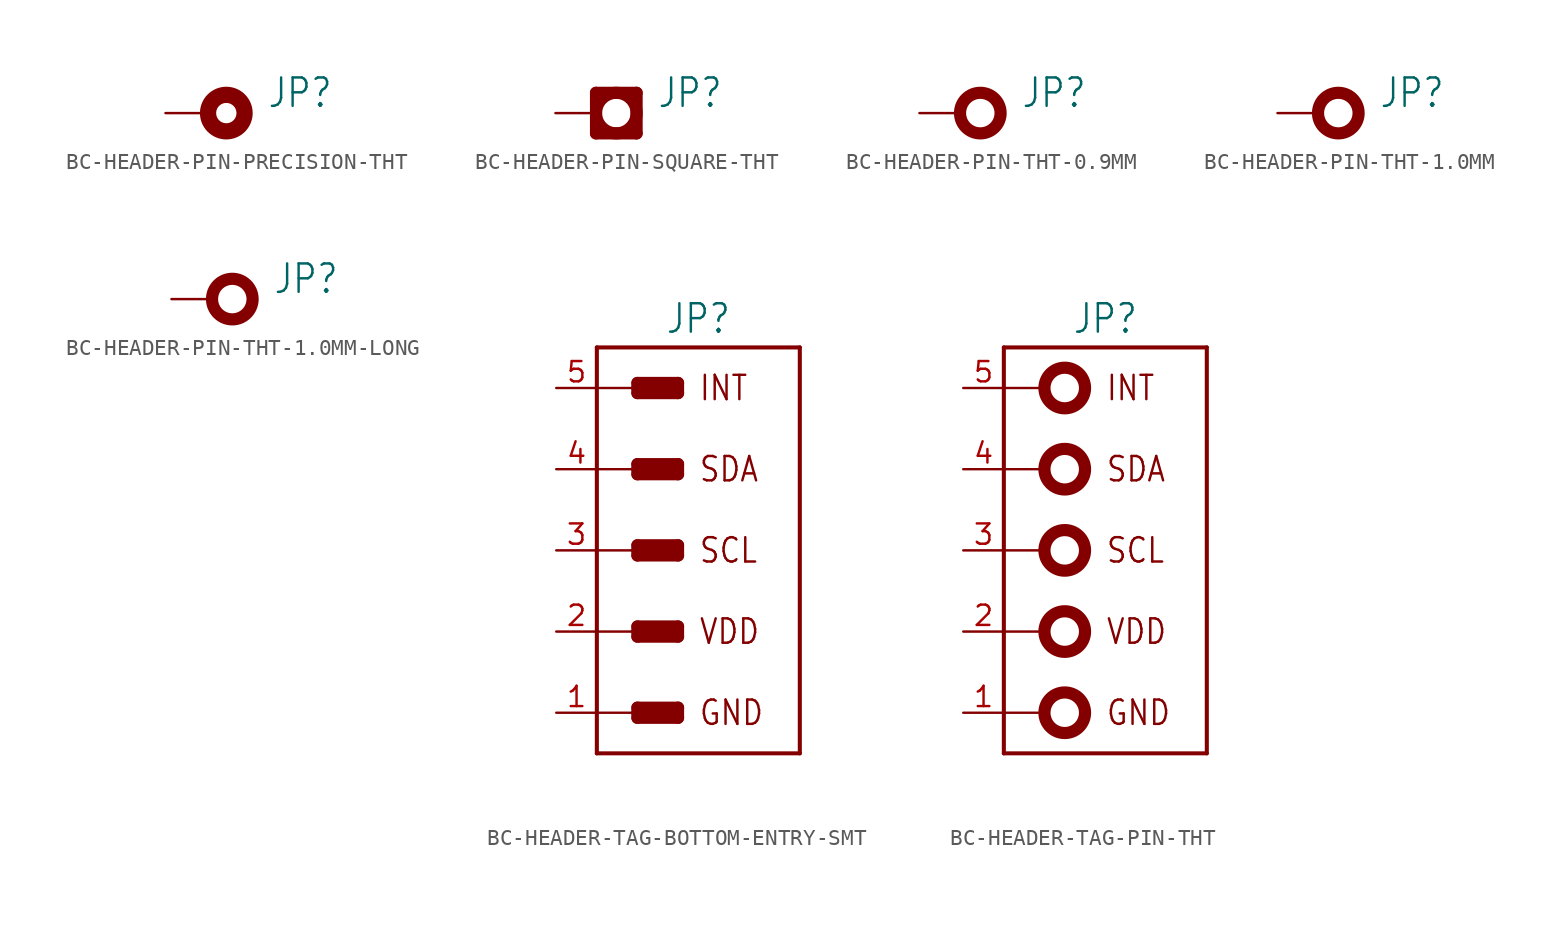
<source format=kicad_sym>
(kicad_symbol_lib
  (version 20231120)
  (generator "kicad_symbol_editor")
  (generator_version "8.0")
  (symbol "BC-HEADER-PIN-PRECISION-THT"
    (property "Reference" "JP"
      (at 6.35 1.27 0)
      (effects (font (size 1.778 1.511)) (justify left)))
    (property "Value" ""
      (at 6.35 -1.27 0)
      (effects (font (size 1.778 1.511)) (justify left)))
    (property "ki_locked" ""
      (at 0 0 0)
      (effects (font (size 1.27 1.27))))
    (symbol "BC-HEADER-PIN-PRECISION-THT_1_0"
      (circle (center 3.81 0) (radius 1.143) (stroke (width 1.016) (type solid)) (fill (type none)))
      (pin passive line (at 0 0 0) (length 2.54) (name "0" (effects (font (size 0 0)))) (number "0" (effects (font (size 0 0)))))))
  (symbol "BC-HEADER-PIN-SQUARE-THT"
    (property "Reference" "JP"
      (at 6.35 1.27 0)
      (effects (font (size 1.778 1.511)) (justify left)))
    (property "Value" ""
      (at 6.35 -1.27 0)
      (effects (font (size 1.778 1.511)) (justify left)))
    (property "ki_locked" ""
      (at 0 0 0)
      (effects (font (size 1.27 1.27))))
    (symbol "BC-HEADER-PIN-SQUARE-THT_1_0"
      (polyline (pts (xy 2.54 -1.27) (xy 2.54 1.27)) (stroke (width 0.762) (type solid)) (fill (type none)))
      (polyline (pts (xy 2.54 1.27) (xy 5.08 1.27)) (stroke (width 0.762) (type solid)) (fill (type none)))
      (polyline (pts (xy 5.08 -1.27) (xy 2.54 -1.27)) (stroke (width 0.762) (type solid)) (fill (type none)))
      (polyline (pts (xy 5.08 1.27) (xy 5.08 -1.27)) (stroke (width 0.762) (type solid)) (fill (type none)))
      (circle (center 3.81 0) (radius 1.27) (stroke (width 0.762) (type solid)) (fill (type none)))
      (pin passive line (at 0 0 0) (length 2.54) (name "0" (effects (font (size 0 0)))) (number "0" (effects (font (size 0 0)))))))
  (symbol "BC-HEADER-PIN-THT-0.9MM"
    (property "Reference" "JP"
      (at 6.35 1.27 0)
      (effects (font (size 1.778 1.511)) (justify left)))
    (property "Value" ""
      (at 6.35 -1.27 0)
      (effects (font (size 1.778 1.511)) (justify left)))
    (property "ki_locked" ""
      (at 0 0 0)
      (effects (font (size 1.27 1.27))))
    (symbol "BC-HEADER-PIN-THT-0.9MM_1_0"
      (circle (center 3.81 0) (radius 1.27) (stroke (width 0.762) (type solid)) (fill (type none)))
      (pin passive line (at 0 0 0) (length 2.54) (name "0" (effects (font (size 0 0)))) (number "0" (effects (font (size 0 0)))))))
  (symbol "BC-HEADER-PIN-THT-1.0MM"
    (property "Reference" "JP"
      (at 6.35 1.27 0)
      (effects (font (size 1.778 1.511)) (justify left)))
    (property "Value" ""
      (at 6.35 -1.27 0)
      (effects (font (size 1.778 1.511)) (justify left)))
    (property "ki_locked" ""
      (at 0 0 0)
      (effects (font (size 1.27 1.27))))
    (symbol "BC-HEADER-PIN-THT-1.0MM_1_0"
      (circle (center 3.81 0) (radius 1.27) (stroke (width 0.762) (type solid)) (fill (type none)))
      (pin passive line (at 0 0 0) (length 2.54) (name "0" (effects (font (size 0 0)))) (number "0" (effects (font (size 0 0)))))))
  (symbol "BC-HEADER-PIN-THT-1.0MM-LONG"
    (property "Reference" "JP"
      (at 6.35 1.27 0)
      (effects (font (size 1.778 1.511)) (justify left)))
    (property "Value" ""
      (at 6.35 -1.27 0)
      (effects (font (size 1.778 1.511)) (justify left)))
    (property "ki_locked" ""
      (at 0 0 0)
      (effects (font (size 1.27 1.27))))
    (symbol "BC-HEADER-PIN-THT-1.0MM-LONG_1_0"
      (circle (center 3.81 0) (radius 1.27) (stroke (width 0.762) (type solid)) (fill (type none)))
      (pin passive line (at 0 0 0) (length 2.54) (name "0" (effects (font (size 0 0)))) (number "0" (effects (font (size 0 0)))))))
  (symbol "BC-HEADER-TAG-BOTTOM-ENTRY-SMT"
    (property "Reference" "JP"
      (at -1.27 13.462 0)
      (effects (font (size 1.778 1.511)) (justify bottom)))
    (property "Value" ""
      (at -1.27 -13.462 0)
      (effects (font (size 1.778 1.511)) (justify top)))
    (property "ki_locked" ""
      (at 0 0 0)
      (effects (font (size 1.27 1.27))))
    (symbol "BC-HEADER-TAG-BOTTOM-ENTRY-SMT_1_0"
      (polyline (pts (xy -7.62 -12.7) (xy 5.08 -12.7)) (stroke (width 0.254) (type solid)) (fill (type none)))
      (polyline (pts (xy -7.62 -10.16) (xy -5.08 -10.16)) (stroke (width 0.152) (type solid)) (fill (type none)))
      (polyline (pts (xy -7.62 -5.08) (xy -5.08 -5.08)) (stroke (width 0.152) (type solid)) (fill (type none)))
      (polyline (pts (xy -7.62 0) (xy -5.08 0)) (stroke (width 0.152) (type solid)) (fill (type none)))
      (polyline (pts (xy -7.62 5.08) (xy -5.08 5.08)) (stroke (width 0.152) (type solid)) (fill (type none)))
      (polyline (pts (xy -7.62 10.16) (xy -5.08 10.16)) (stroke (width 0.152) (type solid)) (fill (type none)))
      (polyline (pts (xy -7.62 12.7) (xy -7.62 -12.7)) (stroke (width 0.254) (type solid)) (fill (type none)))
      (polyline (pts (xy -5.08 -10.477) (xy -2.54 -10.477)) (stroke (width 0.762) (type solid)) (fill (type none)))
      (polyline (pts (xy -5.08 -10.16) (xy -5.08 -10.477)) (stroke (width 0.762) (type solid)) (fill (type none)))
      (polyline (pts (xy -5.08 -9.842) (xy -5.08 -10.16)) (stroke (width 0.762) (type solid)) (fill (type none)))
      (polyline (pts (xy -5.08 -9.842) (xy -2.54 -9.842)) (stroke (width 0.762) (type solid)) (fill (type none)))
      (polyline (pts (xy -5.08 -5.397) (xy -2.54 -5.397)) (stroke (width 0.762) (type solid)) (fill (type none)))
      (polyline (pts (xy -5.08 -5.08) (xy -5.08 -5.397)) (stroke (width 0.762) (type solid)) (fill (type none)))
      (polyline (pts (xy -5.08 -4.763) (xy -5.08 -5.08)) (stroke (width 0.762) (type solid)) (fill (type none)))
      (polyline (pts (xy -5.08 -4.763) (xy -2.54 -4.763)) (stroke (width 0.762) (type solid)) (fill (type none)))
      (polyline (pts (xy -5.08 -0.318) (xy -2.54 -0.318)) (stroke (width 0.762) (type solid)) (fill (type none)))
      (polyline (pts (xy -5.08 0) (xy -5.08 -0.318)) (stroke (width 0.762) (type solid)) (fill (type none)))
      (polyline (pts (xy -5.08 0.318) (xy -5.08 0)) (stroke (width 0.762) (type solid)) (fill (type none)))
      (polyline (pts (xy -5.08 0.318) (xy -2.54 0.318)) (stroke (width 0.762) (type solid)) (fill (type none)))
      (polyline (pts (xy -5.08 4.763) (xy -2.54 4.763)) (stroke (width 0.762) (type solid)) (fill (type none)))
      (polyline (pts (xy -5.08 5.08) (xy -5.08 4.763)) (stroke (width 0.762) (type solid)) (fill (type none)))
      (polyline (pts (xy -5.08 5.397) (xy -5.08 5.08)) (stroke (width 0.762) (type solid)) (fill (type none)))
      (polyline (pts (xy -5.08 5.397) (xy -2.54 5.397)) (stroke (width 0.762) (type solid)) (fill (type none)))
      (polyline (pts (xy -5.08 9.842) (xy -2.54 9.842)) (stroke (width 0.762) (type solid)) (fill (type none)))
      (polyline (pts (xy -5.08 10.16) (xy -5.08 9.842)) (stroke (width 0.762) (type solid)) (fill (type none)))
      (polyline (pts (xy -5.08 10.477) (xy -5.08 10.16)) (stroke (width 0.762) (type solid)) (fill (type none)))
      (polyline (pts (xy -5.08 10.477) (xy -2.54 10.477)) (stroke (width 0.762) (type solid)) (fill (type none)))
      (polyline (pts (xy -2.54 -10.477) (xy -2.54 -9.842)) (stroke (width 0.762) (type solid)) (fill (type none)))
      (polyline (pts (xy -2.54 -5.397) (xy -2.54 -4.763)) (stroke (width 0.762) (type solid)) (fill (type none)))
      (polyline (pts (xy -2.54 -0.318) (xy -2.54 0.318)) (stroke (width 0.762) (type solid)) (fill (type none)))
      (polyline (pts (xy -2.54 4.763) (xy -2.54 5.397)) (stroke (width 0.762) (type solid)) (fill (type none)))
      (polyline (pts (xy -2.54 9.842) (xy -2.54 10.477)) (stroke (width 0.762) (type solid)) (fill (type none)))
      (polyline (pts (xy 5.08 -12.7) (xy 5.08 12.7)) (stroke (width 0.254) (type solid)) (fill (type none)))
      (polyline (pts (xy 5.08 12.7) (xy -7.62 12.7)) (stroke (width 0.254) (type solid)) (fill (type none)))
      (text "GND" (at -1.27 -10.16 0) (effects (font (size 1.524 1.295)) (justify left)))
      (text "INT" (at -1.27 10.16 0) (effects (font (size 1.524 1.295)) (justify left)))
      (text "SCL" (at -1.27 0 0) (effects (font (size 1.524 1.295)) (justify left)))
      (text "SDA" (at -1.27 5.08 0) (effects (font (size 1.524 1.295)) (justify left)))
      (text "VDD" (at -1.27 -5.08 0) (effects (font (size 1.524 1.295)) (justify left)))
      (pin passive line (at -10.16 -10.16 0) (length 2.54) (name "GND" (effects (font (size 0 0)))) (number "1" (effects (font (size 1.27 1.27)))))
      (pin passive line (at -10.16 -5.08 0) (length 2.54) (name "VDD" (effects (font (size 0 0)))) (number "2" (effects (font (size 1.27 1.27)))))
      (pin passive line (at -10.16 0 0) (length 2.54) (name "SCL" (effects (font (size 0 0)))) (number "3" (effects (font (size 1.27 1.27)))))
      (pin passive line (at -10.16 5.08 0) (length 2.54) (name "SDA" (effects (font (size 0 0)))) (number "4" (effects (font (size 1.27 1.27)))))
      (pin passive line (at -10.16 10.16 0) (length 2.54) (name "INT" (effects (font (size 0 0)))) (number "5" (effects (font (size 1.27 1.27)))))))
  (symbol "BC-HEADER-TAG-PIN-THT"
    (property "Reference" "JP"
      (at -1.27 13.462 0)
      (effects (font (size 1.778 1.511)) (justify bottom)))
    (property "Value" ""
      (at -1.27 -13.462 0)
      (effects (font (size 1.778 1.511)) (justify top)))
    (property "ki_locked" ""
      (at 0 0 0)
      (effects (font (size 1.27 1.27))))
    (symbol "BC-HEADER-TAG-PIN-THT_1_0"
      (circle (center -3.81 -10.16) (radius 1.27) (stroke (width 0.762) (type solid)) (fill (type none)))
      (circle (center -3.81 -5.08) (radius 1.27) (stroke (width 0.762) (type solid)) (fill (type none)))
      (circle (center -3.81 0) (radius 1.27) (stroke (width 0.762) (type solid)) (fill (type none)))
      (circle (center -3.81 5.08) (radius 1.27) (stroke (width 0.762) (type solid)) (fill (type none)))
      (circle (center -3.81 10.16) (radius 1.27) (stroke (width 0.762) (type solid)) (fill (type none)))
      (polyline (pts (xy -7.62 -12.7) (xy 5.08 -12.7)) (stroke (width 0.254) (type solid)) (fill (type none)))
      (polyline (pts (xy -7.62 -10.16) (xy -5.08 -10.16)) (stroke (width 0.152) (type solid)) (fill (type none)))
      (polyline (pts (xy -7.62 -5.08) (xy -5.08 -5.08)) (stroke (width 0.152) (type solid)) (fill (type none)))
      (polyline (pts (xy -7.62 0) (xy -5.08 0)) (stroke (width 0.152) (type solid)) (fill (type none)))
      (polyline (pts (xy -7.62 5.08) (xy -5.08 5.08)) (stroke (width 0.152) (type solid)) (fill (type none)))
      (polyline (pts (xy -7.62 10.16) (xy -5.08 10.16)) (stroke (width 0.152) (type solid)) (fill (type none)))
      (polyline (pts (xy -7.62 12.7) (xy -7.62 -12.7)) (stroke (width 0.254) (type solid)) (fill (type none)))
      (polyline (pts (xy 5.08 -12.7) (xy 5.08 12.7)) (stroke (width 0.254) (type solid)) (fill (type none)))
      (polyline (pts (xy 5.08 12.7) (xy -7.62 12.7)) (stroke (width 0.254) (type solid)) (fill (type none)))
      (text "GND" (at -1.27 -10.16 0) (effects (font (size 1.524 1.295)) (justify left)))
      (text "INT" (at -1.27 10.16 0) (effects (font (size 1.524 1.295)) (justify left)))
      (text "SCL" (at -1.27 0 0) (effects (font (size 1.524 1.295)) (justify left)))
      (text "SDA" (at -1.27 5.08 0) (effects (font (size 1.524 1.295)) (justify left)))
      (text "VDD" (at -1.27 -5.08 0) (effects (font (size 1.524 1.295)) (justify left)))
      (pin passive line (at -10.16 -10.16 0) (length 2.54) (name "GND" (effects (font (size 0 0)))) (number "1" (effects (font (size 1.27 1.27)))))
      (pin passive line (at -10.16 -5.08 0) (length 2.54) (name "VDD" (effects (font (size 0 0)))) (number "2" (effects (font (size 1.27 1.27)))))
      (pin passive line (at -10.16 0 0) (length 2.54) (name "SCL" (effects (font (size 0 0)))) (number "3" (effects (font (size 1.27 1.27)))))
      (pin passive line (at -10.16 5.08 0) (length 2.54) (name "SDA" (effects (font (size 0 0)))) (number "4" (effects (font (size 1.27 1.27)))))
      (pin passive line (at -10.16 10.16 0) (length 2.54) (name "INT" (effects (font (size 0 0)))) (number "5" (effects (font (size 1.27 1.27))))))))
</source>
